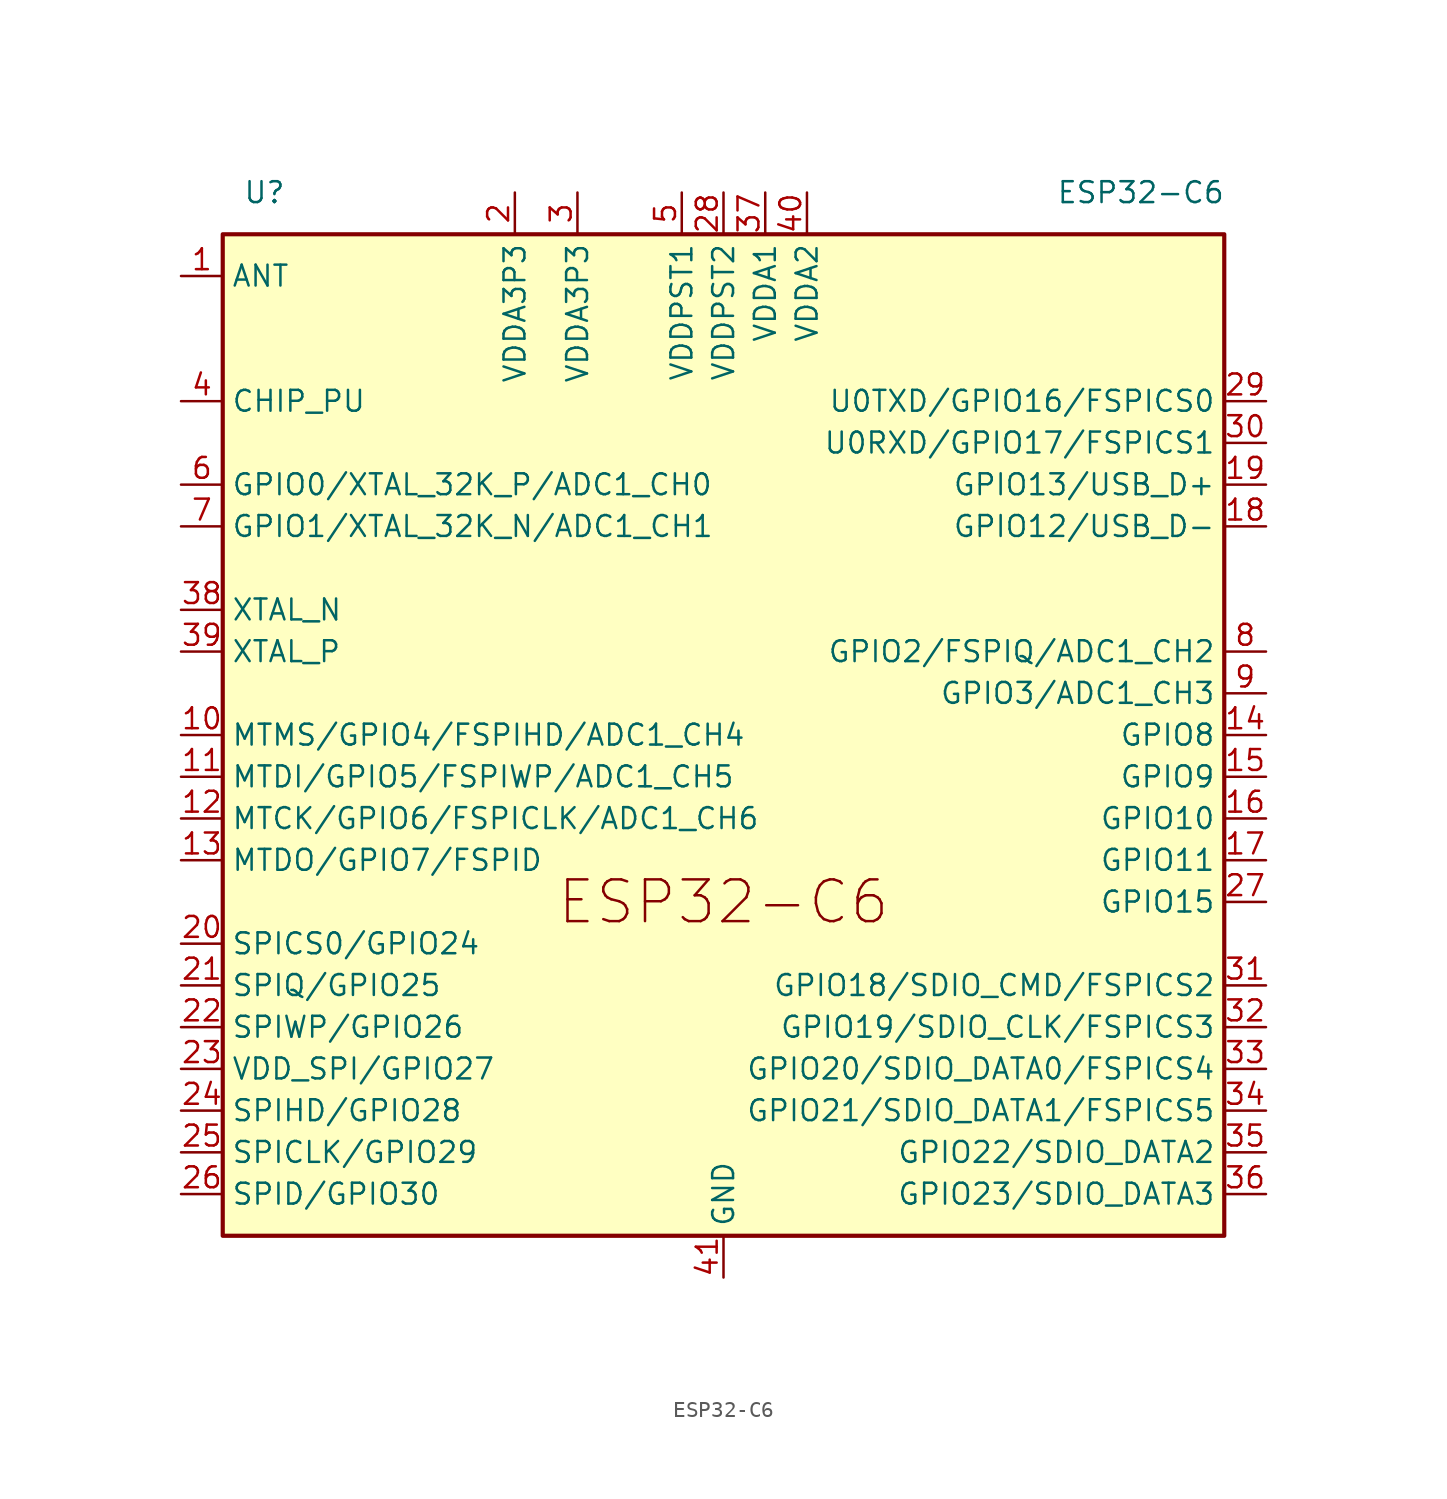
<source format=kicad_sym>
(kicad_symbol_lib
  (version 20220914)
  (generator kicad_symbol_editor)
  (symbol "ESP32-C6"
    (property "Reference" "U"
      (at -27.94 33.02 0)
      (effects (font (size 1.27 1.27))))
    (property "Value" "ESP32-C6"
      (at 25.4 33.02 0)
      (effects (font (size 1.27 1.27))))
    (symbol "ESP32-C6_0_0"
      (text "ESP32-C6" (at 0 -10.16 0) (effects (font (size 2.54 2.54)))))
    (symbol "ESP32-C6_0_1"
      (rectangle (start -30.48 30.48) (end 30.48 -30.48) (stroke (width 0.254) (type default)) (fill (type background))))
    (symbol "ESP32-C6_1_1"
      (pin bidirectional line (at -33.02 27.94 0) (length 2.54) (name "ANT" (effects (font (size 1.27 1.27)))) (number "1" (effects (font (size 1.27 1.27)))))
      (pin bidirectional line (at -33.02 0 0) (length 2.54) (name "MTMS/GPIO4/FSPIHD/ADC1_CH4" (effects (font (size 1.27 1.27)))) (number "10" (effects (font (size 1.27 1.27)))))
      (pin bidirectional line (at -33.02 -2.54 0) (length 2.54) (name "MTDI/GPIO5/FSPIWP/ADC1_CH5" (effects (font (size 1.27 1.27)))) (number "11" (effects (font (size 1.27 1.27)))))
      (pin bidirectional line (at -33.02 -5.08 0) (length 2.54) (name "MTCK/GPIO6/FSPICLK/ADC1_CH6" (effects (font (size 1.27 1.27)))) (number "12" (effects (font (size 1.27 1.27)))))
      (pin bidirectional line (at -33.02 -7.62 0) (length 2.54) (name "MTDO/GPIO7/FSPID" (effects (font (size 1.27 1.27)))) (number "13" (effects (font (size 1.27 1.27)))))
      (pin bidirectional line (at 33.02 0 180) (length 2.54) (name "GPIO8" (effects (font (size 1.27 1.27)))) (number "14" (effects (font (size 1.27 1.27)))))
      (pin bidirectional line (at 33.02 -2.54 180) (length 2.54) (name "GPIO9" (effects (font (size 1.27 1.27)))) (number "15" (effects (font (size 1.27 1.27)))))
      (pin bidirectional line (at 33.02 -5.08 180) (length 2.54) (name "GPIO10" (effects (font (size 1.27 1.27)))) (number "16" (effects (font (size 1.27 1.27)))))
      (pin bidirectional line (at 33.02 -7.62 180) (length 2.54) (name "GPIO11" (effects (font (size 1.27 1.27)))) (number "17" (effects (font (size 1.27 1.27)))))
      (pin bidirectional line (at 33.02 12.7 180) (length 2.54) (name "GPIO12/USB_D-" (effects (font (size 1.27 1.27)))) (number "18" (effects (font (size 1.27 1.27)))))
      (pin bidirectional line (at 33.02 15.24 180) (length 2.54) (name "GPIO13/USB_D+" (effects (font (size 1.27 1.27)))) (number "19" (effects (font (size 1.27 1.27)))))
      (pin power_in line (at -12.7 33.02 270) (length 2.54) (name "VDDA3P3" (effects (font (size 1.27 1.27)))) (number "2" (effects (font (size 1.27 1.27)))))
      (pin bidirectional line (at -33.02 -12.7 0) (length 2.54) (name "SPICS0/GPIO24" (effects (font (size 1.27 1.27)))) (number "20" (effects (font (size 1.27 1.27)))))
      (pin bidirectional line (at -33.02 -15.24 0) (length 2.54) (name "SPIQ/GPIO25" (effects (font (size 1.27 1.27)))) (number "21" (effects (font (size 1.27 1.27)))))
      (pin bidirectional line (at -33.02 -17.78 0) (length 2.54) (name "SPIWP/GPIO26" (effects (font (size 1.27 1.27)))) (number "22" (effects (font (size 1.27 1.27)))))
      (pin bidirectional line (at -33.02 -20.32 0) (length 2.54) (name "VDD_SPI/GPIO27" (effects (font (size 1.27 1.27)))) (number "23" (effects (font (size 1.27 1.27)))))
      (pin bidirectional line (at -33.02 -22.86 0) (length 2.54) (name "SPIHD/GPIO28" (effects (font (size 1.27 1.27)))) (number "24" (effects (font (size 1.27 1.27)))))
      (pin bidirectional line (at -33.02 -25.4 0) (length 2.54) (name "SPICLK/GPIO29" (effects (font (size 1.27 1.27)))) (number "25" (effects (font (size 1.27 1.27)))))
      (pin bidirectional line (at -33.02 -27.94 0) (length 2.54) (name "SPID/GPIO30" (effects (font (size 1.27 1.27)))) (number "26" (effects (font (size 1.27 1.27)))))
      (pin bidirectional line (at 33.02 -10.16 180) (length 2.54) (name "GPIO15" (effects (font (size 1.27 1.27)))) (number "27" (effects (font (size 1.27 1.27)))))
      (pin power_in line (at 0 33.02 270) (length 2.54) (name "VDDPST2" (effects (font (size 1.27 1.27)))) (number "28" (effects (font (size 1.27 1.27)))))
      (pin bidirectional line (at 33.02 20.32 180) (length 2.54) (name "U0TXD/GPIO16/FSPICS0" (effects (font (size 1.27 1.27)))) (number "29" (effects (font (size 1.27 1.27)))))
      (pin power_in line (at -8.89 33.02 270) (length 2.54) (name "VDDA3P3" (effects (font (size 1.27 1.27)))) (number "3" (effects (font (size 1.27 1.27)))))
      (pin bidirectional line (at 33.02 17.78 180) (length 2.54) (name "U0RXD/GPIO17/FSPICS1" (effects (font (size 1.27 1.27)))) (number "30" (effects (font (size 1.27 1.27)))))
      (pin bidirectional line (at 33.02 -15.24 180) (length 2.54) (name "GPIO18/SDIO_CMD/FSPICS2" (effects (font (size 1.27 1.27)))) (number "31" (effects (font (size 1.27 1.27)))))
      (pin bidirectional line (at 33.02 -17.78 180) (length 2.54) (name "GPIO19/SDIO_CLK/FSPICS3" (effects (font (size 1.27 1.27)))) (number "32" (effects (font (size 1.27 1.27)))))
      (pin bidirectional line (at 33.02 -20.32 180) (length 2.54) (name "GPIO20/SDIO_DATA0/FSPICS4" (effects (font (size 1.27 1.27)))) (number "33" (effects (font (size 1.27 1.27)))))
      (pin bidirectional line (at 33.02 -22.86 180) (length 2.54) (name "GPIO21/SDIO_DATA1/FSPICS5" (effects (font (size 1.27 1.27)))) (number "34" (effects (font (size 1.27 1.27)))))
      (pin bidirectional line (at 33.02 -25.4 180) (length 2.54) (name "GPIO22/SDIO_DATA2" (effects (font (size 1.27 1.27)))) (number "35" (effects (font (size 1.27 1.27)))))
      (pin bidirectional line (at 33.02 -27.94 180) (length 2.54) (name "GPIO23/SDIO_DATA3" (effects (font (size 1.27 1.27)))) (number "36" (effects (font (size 1.27 1.27)))))
      (pin power_in line (at 2.54 33.02 270) (length 2.54) (name "VDDA1" (effects (font (size 1.27 1.27)))) (number "37" (effects (font (size 1.27 1.27)))))
      (pin output line (at -33.02 7.62 0) (length 2.54) (name "XTAL_N" (effects (font (size 1.27 1.27)))) (number "38" (effects (font (size 1.27 1.27)))))
      (pin input line (at -33.02 5.08 0) (length 2.54) (name "XTAL_P" (effects (font (size 1.27 1.27)))) (number "39" (effects (font (size 1.27 1.27)))))
      (pin input line (at -33.02 20.32 0) (length 2.54) (name "CHIP_PU" (effects (font (size 1.27 1.27)))) (number "4" (effects (font (size 1.27 1.27)))))
      (pin power_in line (at 5.08 33.02 270) (length 2.54) (name "VDDA2" (effects (font (size 1.27 1.27)))) (number "40" (effects (font (size 1.27 1.27)))))
      (pin power_in line (at 0 -33.02 90) (length 2.54) (name "GND" (effects (font (size 1.27 1.27)))) (number "41" (effects (font (size 1.27 1.27)))))
      (pin power_in line (at -2.54 33.02 270) (length 2.54) (name "VDDPST1" (effects (font (size 1.27 1.27)))) (number "5" (effects (font (size 1.27 1.27)))))
      (pin bidirectional line (at -33.02 15.24 0) (length 2.54) (name "GPIO0/XTAL_32K_P/ADC1_CH0" (effects (font (size 1.27 1.27)))) (number "6" (effects (font (size 1.27 1.27)))))
      (pin bidirectional line (at -33.02 12.7 0) (length 2.54) (name "GPIO1/XTAL_32K_N/ADC1_CH1" (effects (font (size 1.27 1.27)))) (number "7" (effects (font (size 1.27 1.27)))))
      (pin bidirectional line (at 33.02 5.08 180) (length 2.54) (name "GPIO2/FSPIQ/ADC1_CH2" (effects (font (size 1.27 1.27)))) (number "8" (effects (font (size 1.27 1.27)))))
      (pin bidirectional line (at 33.02 2.54 180) (length 2.54) (name "GPIO3/ADC1_CH3" (effects (font (size 1.27 1.27)))) (number "9" (effects (font (size 1.27 1.27))))))))
</source>
